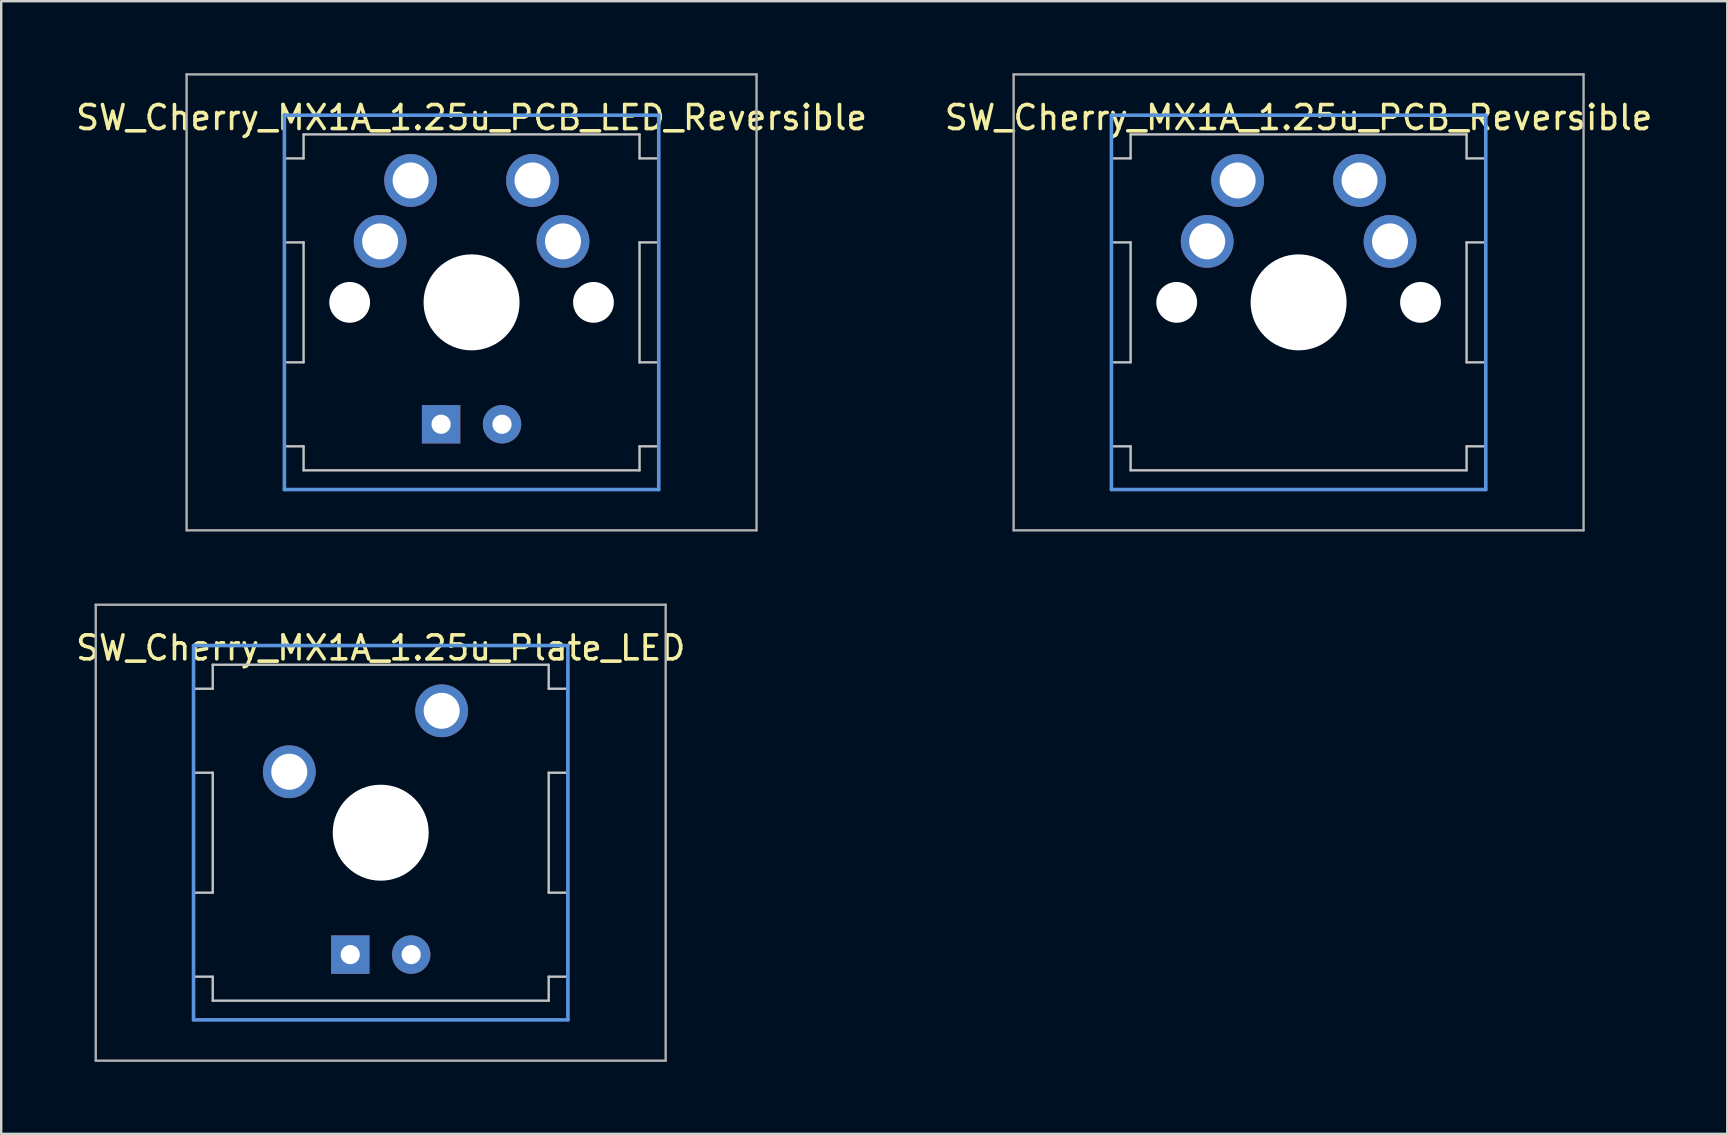
<source format=kicad_pcb>
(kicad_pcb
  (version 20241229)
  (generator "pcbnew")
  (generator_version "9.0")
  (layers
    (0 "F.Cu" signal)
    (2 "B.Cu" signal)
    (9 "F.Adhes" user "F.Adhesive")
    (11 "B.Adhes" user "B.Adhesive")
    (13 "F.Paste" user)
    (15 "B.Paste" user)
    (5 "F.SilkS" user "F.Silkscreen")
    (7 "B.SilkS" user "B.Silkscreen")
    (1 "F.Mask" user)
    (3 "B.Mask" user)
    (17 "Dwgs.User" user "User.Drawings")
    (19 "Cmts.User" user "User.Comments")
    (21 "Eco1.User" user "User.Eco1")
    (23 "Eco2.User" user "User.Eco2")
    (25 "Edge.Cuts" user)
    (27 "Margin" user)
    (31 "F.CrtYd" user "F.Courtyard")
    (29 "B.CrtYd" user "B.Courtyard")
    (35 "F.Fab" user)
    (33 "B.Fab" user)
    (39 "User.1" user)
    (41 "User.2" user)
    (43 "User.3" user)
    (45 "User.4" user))
  (footprint "SW_Cherry_MX1A_1.25u_PCB_LED_Reversible"
    (layer "F.Cu")
    (at 16.601 9.55)
    (property "Reference" "SW_Cherry_MX1A_1.25u_PCB_LED_Reversible" (at 0 -7.7 0) (layer "F.SilkS") (effects (font (size 1 1) (thickness 0.15))))
    (attr through_hole)
    (fp_line (start -7.8 -6) (end -7 -6) (stroke (width 0.1) (type solid)) (layer "Dwgs.User"))
    (fp_line (start -7.8 -2.5) (end -7.8 -6) (stroke (width 0.1) (type solid)) (layer "Dwgs.User"))
    (fp_line (start -7.8 -2.5) (end -7 -2.5) (stroke (width 0.1) (type solid)) (layer "Dwgs.User"))
    (fp_line (start -7.8 2.5) (end -7 2.5) (stroke (width 0.1) (type solid)) (layer "Dwgs.User"))
    (fp_line (start -7.8 6) (end -7.8 2.5) (stroke (width 0.1) (type solid)) (layer "Dwgs.User"))
    (fp_line (start -7.8 6) (end -7 6) (stroke (width 0.1) (type solid)) (layer "Dwgs.User"))
    (fp_line (start -7 -7) (end 7 -7) (stroke (width 0.1) (type solid)) (layer "Dwgs.User"))
    (fp_line (start -7 -6) (end -7 -7) (stroke (width 0.1) (type solid)) (layer "Dwgs.User"))
    (fp_line (start -7 -2.5) (end -7 2.5) (stroke (width 0.1) (type solid)) (layer "Dwgs.User"))
    (fp_line (start -7 7) (end -7 6) (stroke (width 0.1) (type solid)) (layer "Dwgs.User"))
    (fp_line (start -7 7) (end 7 7) (stroke (width 0.1) (type solid)) (layer "Dwgs.User"))
    (fp_line (start 7 -6) (end 7 -7) (stroke (width 0.1) (type solid)) (layer "Dwgs.User"))
    (fp_line (start 7 -6) (end 7.8 -6) (stroke (width 0.1) (type solid)) (layer "Dwgs.User"))
    (fp_line (start 7 -2.5) (end 7 2.5) (stroke (width 0.1) (type solid)) (layer "Dwgs.User"))
    (fp_line (start 7 -2.5) (end 7.8 -2.5) (stroke (width 0.1) (type solid)) (layer "Dwgs.User"))
    (fp_line (start 7 2.5) (end 7.8 2.5) (stroke (width 0.1) (type solid)) (layer "Dwgs.User"))
    (fp_line (start 7 6) (end 7.8 6) (stroke (width 0.1) (type solid)) (layer "Dwgs.User"))
    (fp_line (start 7 7) (end 7 6) (stroke (width 0.1) (type solid)) (layer "Dwgs.User"))
    (fp_line (start 7.8 -2.5) (end 7.8 -6) (stroke (width 0.1) (type solid)) (layer "Dwgs.User"))
    (fp_line (start 7.8 6) (end 7.8 2.5) (stroke (width 0.1) (type solid)) (layer "Dwgs.User"))
    (fp_line (start -7.8 -7.8) (end 7.8 -7.8) (stroke (width 0.15) (type solid)) (layer "Cmts.User"))
    (fp_line (start -7.8 7.8) (end -7.8 -7.8) (stroke (width 0.15) (type solid)) (layer "Cmts.User"))
    (fp_line (start 7.8 -7.8) (end 7.8 7.8) (stroke (width 0.15) (type solid)) (layer "Cmts.User"))
    (fp_line (start 7.8 7.8) (end -7.8 7.8) (stroke (width 0.15) (type solid)) (layer "Cmts.User"))
    (fp_line (start -11.875 -9.5) (end 11.875 -9.5) (stroke (width 0.1) (type solid)) (layer "F.Fab"))
    (fp_line (start -11.875 9.5) (end -11.875 -9.5) (stroke (width 0.1) (type solid)) (layer "F.Fab"))
    (fp_line (start 11.875 -9.5) (end 11.875 9.5) (stroke (width 0.1) (type solid)) (layer "F.Fab"))
    (fp_line (start 11.875 9.5) (end -11.875 9.5) (stroke (width 0.1) (type solid)) (layer "F.Fab"))
    (pad "" np_thru_hole circle (at -5.08 0) (size 1.7 1.7) (drill 1.7) (layers "*.Cu" "*.Mask"))
    (pad "" np_thru_hole circle (at 0 0) (size 4 4) (drill 4) (layers "*.Cu" "*.Mask"))
    (pad "" np_thru_hole circle (at 5.08 0) (size 1.7 1.7) (drill 1.7) (layers "*.Cu" "*.Mask"))
    (pad "1" thru_hole circle (at -3.81 -2.54) (size 2.2 2.2) (drill 1.5) (layers "*.Cu" "*.Mask"))
    (pad "1" thru_hole circle (at -2.54 -5.08) (size 2.2 2.2) (drill 1.5) (layers "*.Cu" "*.Mask"))
    (pad "2" thru_hole circle (at 2.54 -5.08) (size 2.2 2.2) (drill 1.5) (layers "*.Cu" "*.Mask"))
    (pad "2" thru_hole circle (at 3.81 -2.54) (size 2.2 2.2) (drill 1.5) (layers "*.Cu" "*.Mask"))
    (pad "3" thru_hole rect (at -1.27 5.08) (size 1.6 1.6) (drill 0.8) (layers "*.Cu" "*.Mask"))
    (pad "4" thru_hole circle (at 1.27 5.08) (size 1.6 1.6) (drill 0.8) (layers "*.Cu" "*.Mask")))
  (footprint "SW_Cherry_MX1A_1.25u_PCB_Reversible"
    (layer "F.Cu")
    (at 51.065 9.55)
    (property "Reference" "SW_Cherry_MX1A_1.25u_PCB_Reversible" (at 0 -7.7 0) (layer "F.SilkS") (effects (font (size 1 1) (thickness 0.15))))
    (attr through_hole)
    (fp_line (start -7.8 -6) (end -7 -6) (stroke (width 0.1) (type solid)) (layer "Dwgs.User"))
    (fp_line (start -7.8 -2.5) (end -7.8 -6) (stroke (width 0.1) (type solid)) (layer "Dwgs.User"))
    (fp_line (start -7.8 -2.5) (end -7 -2.5) (stroke (width 0.1) (type solid)) (layer "Dwgs.User"))
    (fp_line (start -7.8 2.5) (end -7 2.5) (stroke (width 0.1) (type solid)) (layer "Dwgs.User"))
    (fp_line (start -7.8 6) (end -7.8 2.5) (stroke (width 0.1) (type solid)) (layer "Dwgs.User"))
    (fp_line (start -7.8 6) (end -7 6) (stroke (width 0.1) (type solid)) (layer "Dwgs.User"))
    (fp_line (start -7 -7) (end 7 -7) (stroke (width 0.1) (type solid)) (layer "Dwgs.User"))
    (fp_line (start -7 -6) (end -7 -7) (stroke (width 0.1) (type solid)) (layer "Dwgs.User"))
    (fp_line (start -7 -2.5) (end -7 2.5) (stroke (width 0.1) (type solid)) (layer "Dwgs.User"))
    (fp_line (start -7 7) (end -7 6) (stroke (width 0.1) (type solid)) (layer "Dwgs.User"))
    (fp_line (start -7 7) (end 7 7) (stroke (width 0.1) (type solid)) (layer "Dwgs.User"))
    (fp_line (start 7 -6) (end 7 -7) (stroke (width 0.1) (type solid)) (layer "Dwgs.User"))
    (fp_line (start 7 -6) (end 7.8 -6) (stroke (width 0.1) (type solid)) (layer "Dwgs.User"))
    (fp_line (start 7 -2.5) (end 7 2.5) (stroke (width 0.1) (type solid)) (layer "Dwgs.User"))
    (fp_line (start 7 -2.5) (end 7.8 -2.5) (stroke (width 0.1) (type solid)) (layer "Dwgs.User"))
    (fp_line (start 7 2.5) (end 7.8 2.5) (stroke (width 0.1) (type solid)) (layer "Dwgs.User"))
    (fp_line (start 7 6) (end 7.8 6) (stroke (width 0.1) (type solid)) (layer "Dwgs.User"))
    (fp_line (start 7 7) (end 7 6) (stroke (width 0.1) (type solid)) (layer "Dwgs.User"))
    (fp_line (start 7.8 -2.5) (end 7.8 -6) (stroke (width 0.1) (type solid)) (layer "Dwgs.User"))
    (fp_line (start 7.8 6) (end 7.8 2.5) (stroke (width 0.1) (type solid)) (layer "Dwgs.User"))
    (fp_line (start -7.8 -7.8) (end 7.8 -7.8) (stroke (width 0.15) (type solid)) (layer "Cmts.User"))
    (fp_line (start -7.8 7.8) (end -7.8 -7.8) (stroke (width 0.15) (type solid)) (layer "Cmts.User"))
    (fp_line (start 7.8 -7.8) (end 7.8 7.8) (stroke (width 0.15) (type solid)) (layer "Cmts.User"))
    (fp_line (start 7.8 7.8) (end -7.8 7.8) (stroke (width 0.15) (type solid)) (layer "Cmts.User"))
    (fp_line (start -11.875 -9.5) (end 11.875 -9.5) (stroke (width 0.1) (type solid)) (layer "F.Fab"))
    (fp_line (start -11.875 9.5) (end -11.875 -9.5) (stroke (width 0.1) (type solid)) (layer "F.Fab"))
    (fp_line (start 11.875 -9.5) (end 11.875 9.5) (stroke (width 0.1) (type solid)) (layer "F.Fab"))
    (fp_line (start 11.875 9.5) (end -11.875 9.5) (stroke (width 0.1) (type solid)) (layer "F.Fab"))
    (pad "" np_thru_hole circle (at -5.08 0) (size 1.7 1.7) (drill 1.7) (layers "*.Cu" "*.Mask"))
    (pad "" np_thru_hole circle (at 0 0) (size 4 4) (drill 4) (layers "*.Cu" "*.Mask"))
    (pad "" np_thru_hole circle (at 5.08 0) (size 1.7 1.7) (drill 1.7) (layers "*.Cu" "*.Mask"))
    (pad "1" thru_hole circle (at -3.81 -2.54) (size 2.2 2.2) (drill 1.5) (layers "*.Cu" "*.Mask"))
    (pad "1" thru_hole circle (at -2.54 -5.08) (size 2.2 2.2) (drill 1.5) (layers "*.Cu" "*.Mask"))
    (pad "2" thru_hole circle (at 2.54 -5.08) (size 2.2 2.2) (drill 1.5) (layers "*.Cu" "*.Mask"))
    (pad "2" thru_hole circle (at 3.81 -2.54) (size 2.2 2.2) (drill 1.5) (layers "*.Cu" "*.Mask")))
  (footprint "SW_Cherry_MX1A_1.25u_Plate_LED"
    (layer "F.Cu")
    (at 12.815 31.65)
    (property "Reference" "SW_Cherry_MX1A_1.25u_Plate_LED" (at 0 -7.7 0) (layer "F.SilkS") (effects (font (size 1 1) (thickness 0.15))))
    (attr through_hole)
    (fp_line (start -7.8 -6) (end -7 -6) (stroke (width 0.1) (type solid)) (layer "Dwgs.User"))
    (fp_line (start -7.8 -2.5) (end -7.8 -6) (stroke (width 0.1) (type solid)) (layer "Dwgs.User"))
    (fp_line (start -7.8 -2.5) (end -7 -2.5) (stroke (width 0.1) (type solid)) (layer "Dwgs.User"))
    (fp_line (start -7.8 2.5) (end -7 2.5) (stroke (width 0.1) (type solid)) (layer "Dwgs.User"))
    (fp_line (start -7.8 6) (end -7.8 2.5) (stroke (width 0.1) (type solid)) (layer "Dwgs.User"))
    (fp_line (start -7.8 6) (end -7 6) (stroke (width 0.1) (type solid)) (layer "Dwgs.User"))
    (fp_line (start -7 -7) (end 7 -7) (stroke (width 0.1) (type solid)) (layer "Dwgs.User"))
    (fp_line (start -7 -6) (end -7 -7) (stroke (width 0.1) (type solid)) (layer "Dwgs.User"))
    (fp_line (start -7 -2.5) (end -7 2.5) (stroke (width 0.1) (type solid)) (layer "Dwgs.User"))
    (fp_line (start -7 7) (end -7 6) (stroke (width 0.1) (type solid)) (layer "Dwgs.User"))
    (fp_line (start -7 7) (end 7 7) (stroke (width 0.1) (type solid)) (layer "Dwgs.User"))
    (fp_line (start 7 -6) (end 7 -7) (stroke (width 0.1) (type solid)) (layer "Dwgs.User"))
    (fp_line (start 7 -6) (end 7.8 -6) (stroke (width 0.1) (type solid)) (layer "Dwgs.User"))
    (fp_line (start 7 -2.5) (end 7 2.5) (stroke (width 0.1) (type solid)) (layer "Dwgs.User"))
    (fp_line (start 7 -2.5) (end 7.8 -2.5) (stroke (width 0.1) (type solid)) (layer "Dwgs.User"))
    (fp_line (start 7 2.5) (end 7.8 2.5) (stroke (width 0.1) (type solid)) (layer "Dwgs.User"))
    (fp_line (start 7 6) (end 7.8 6) (stroke (width 0.1) (type solid)) (layer "Dwgs.User"))
    (fp_line (start 7 7) (end 7 6) (stroke (width 0.1) (type solid)) (layer "Dwgs.User"))
    (fp_line (start 7.8 -2.5) (end 7.8 -6) (stroke (width 0.1) (type solid)) (layer "Dwgs.User"))
    (fp_line (start 7.8 6) (end 7.8 2.5) (stroke (width 0.1) (type solid)) (layer "Dwgs.User"))
    (fp_line (start -7.8 -7.8) (end 7.8 -7.8) (stroke (width 0.15) (type solid)) (layer "Cmts.User"))
    (fp_line (start -7.8 7.8) (end -7.8 -7.8) (stroke (width 0.15) (type solid)) (layer "Cmts.User"))
    (fp_line (start 7.8 -7.8) (end 7.8 7.8) (stroke (width 0.15) (type solid)) (layer "Cmts.User"))
    (fp_line (start 7.8 7.8) (end -7.8 7.8) (stroke (width 0.15) (type solid)) (layer "Cmts.User"))
    (fp_line (start -11.875 -9.5) (end 11.875 -9.5) (stroke (width 0.1) (type solid)) (layer "F.Fab"))
    (fp_line (start -11.875 9.5) (end -11.875 -9.5) (stroke (width 0.1) (type solid)) (layer "F.Fab"))
    (fp_line (start 11.875 -9.5) (end 11.875 9.5) (stroke (width 0.1) (type solid)) (layer "F.Fab"))
    (fp_line (start 11.875 9.5) (end -11.875 9.5) (stroke (width 0.1) (type solid)) (layer "F.Fab"))
    (pad "" np_thru_hole circle (at 0 0) (size 4 4) (drill 4) (layers "*.Cu" "*.Mask"))
    (pad "1" thru_hole circle (at -3.81 -2.54) (size 2.2 2.2) (drill 1.5) (layers "*.Cu" "*.Mask"))
    (pad "2" thru_hole circle (at 2.54 -5.08) (size 2.2 2.2) (drill 1.5) (layers "*.Cu" "*.Mask"))
    (pad "3" thru_hole rect (at -1.27 5.08) (size 1.6 1.6) (drill 0.8) (layers "*.Cu" "*.Mask"))
    (pad "4" thru_hole circle (at 1.27 5.08) (size 1.6 1.6) (drill 0.8) (layers "*.Cu" "*.Mask")))
  (gr_rect
    (start -3 -3)
    (end 68.929 44.2)
    (stroke (width 0.1) (type default))
    (fill no)
    (layer "Edge.Cuts")))
</source>
